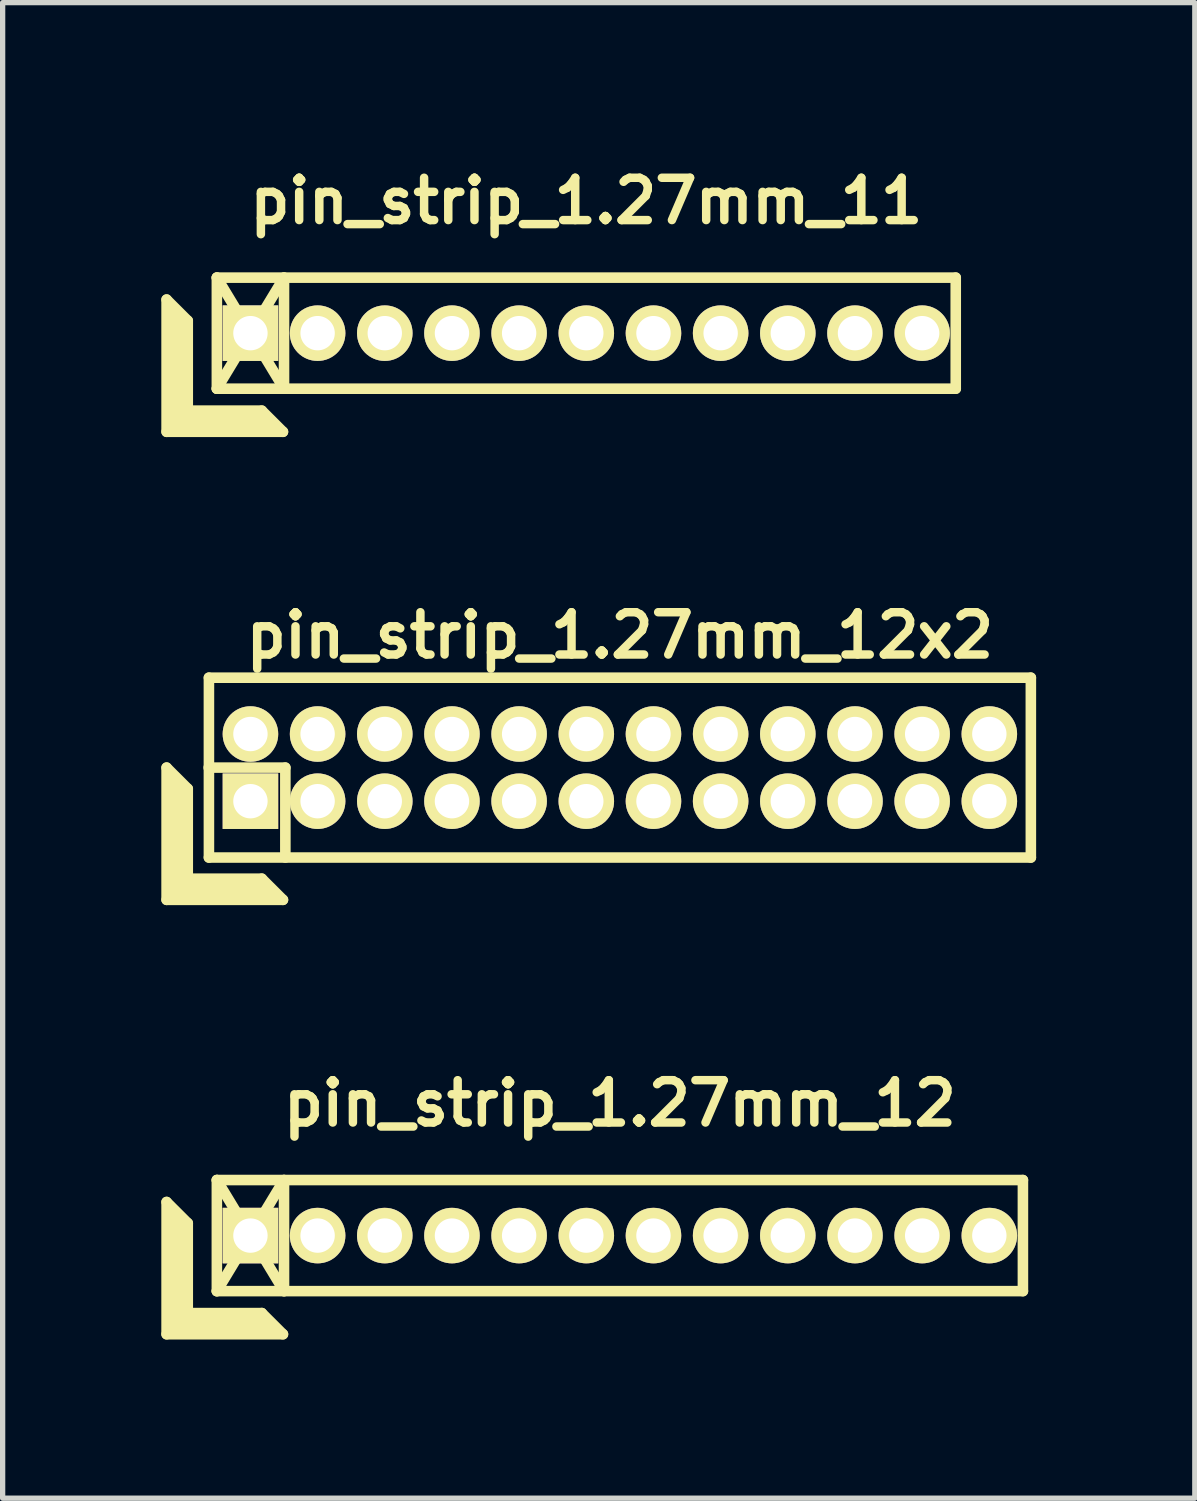
<source format=kicad_pcb>
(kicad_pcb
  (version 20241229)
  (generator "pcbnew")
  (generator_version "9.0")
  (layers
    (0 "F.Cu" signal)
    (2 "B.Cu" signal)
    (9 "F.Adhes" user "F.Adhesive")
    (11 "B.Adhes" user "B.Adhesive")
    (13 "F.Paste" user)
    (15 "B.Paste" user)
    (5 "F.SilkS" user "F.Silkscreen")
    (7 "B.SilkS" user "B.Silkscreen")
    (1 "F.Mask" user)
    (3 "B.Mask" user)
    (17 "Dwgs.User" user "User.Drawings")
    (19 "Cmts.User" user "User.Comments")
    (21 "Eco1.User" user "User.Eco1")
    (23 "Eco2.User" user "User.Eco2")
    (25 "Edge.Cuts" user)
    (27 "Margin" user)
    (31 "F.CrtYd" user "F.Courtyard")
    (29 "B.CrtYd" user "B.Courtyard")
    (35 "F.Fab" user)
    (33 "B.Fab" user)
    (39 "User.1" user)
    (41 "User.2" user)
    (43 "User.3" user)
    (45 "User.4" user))
  (footprint "pin_strip_1.27mm_12"
    (layer "F.Cu")
    (at 8.67 20.311)
    (property "Reference" "pin_strip_1.27mm_12" (at 0 -2.5 0) (layer "F.SilkS") (effects (font (size 0.8 0.8) (thickness 0.16))))
    (attr through_hole)
    (fp_line (start -8.57 -0.635) (end -8.57 1.865) (stroke (width 0.2) (type solid)) (layer "F.SilkS"))
    (fp_line (start -8.57 -0.635) (end -8.17 -0.235) (stroke (width 0.2) (type solid)) (layer "F.SilkS"))
    (fp_line (start -8.57 1.865) (end -6.37 1.865) (stroke (width 0.2) (type solid)) (layer "F.SilkS"))
    (fp_line (start -8.47 1.765) (end -8.47 -0.435) (stroke (width 0.2) (type solid)) (layer "F.SilkS"))
    (fp_line (start -8.47 1.765) (end -6.57 1.765) (stroke (width 0.2) (type solid)) (layer "F.SilkS"))
    (fp_line (start -8.37 1.665) (end -8.37 -0.335) (stroke (width 0.2) (type solid)) (layer "F.SilkS"))
    (fp_line (start -8.37 1.665) (end -6.67 1.665) (stroke (width 0.2) (type solid)) (layer "F.SilkS"))
    (fp_line (start -8.27 1.565) (end -8.27 -0.235) (stroke (width 0.2) (type solid)) (layer "F.SilkS"))
    (fp_line (start -8.27 1.565) (end -6.77 1.565) (stroke (width 0.2) (type solid)) (layer "F.SilkS"))
    (fp_line (start -8.17 1.465) (end -8.17 -0.235) (stroke (width 0.2) (type solid)) (layer "F.SilkS"))
    (fp_line (start -8.17 1.465) (end -6.77 1.465) (stroke (width 0.2) (type solid)) (layer "F.SilkS"))
    (fp_line (start -7.62 -1.05) (end -6.35 1.05) (stroke (width 0.2) (type solid)) (layer "F.SilkS"))
    (fp_line (start -7.62 -1.05) (end 7.62 -1.05) (stroke (width 0.2) (type solid)) (layer "F.SilkS"))
    (fp_line (start -7.62 1.05) (end -7.62 -1.05) (stroke (width 0.2) (type solid)) (layer "F.SilkS"))
    (fp_line (start -7.62 1.05) (end -6.35 -1.05) (stroke (width 0.2) (type solid)) (layer "F.SilkS"))
    (fp_line (start -6.77 1.465) (end -6.37 1.865) (stroke (width 0.2) (type solid)) (layer "F.SilkS"))
    (fp_line (start -6.35 -1.05) (end -6.35 1.05) (stroke (width 0.2) (type solid)) (layer "F.SilkS"))
    (fp_line (start 7.62 -1.05) (end 7.62 1.05) (stroke (width 0.2) (type solid)) (layer "F.SilkS"))
    (fp_line (start 7.62 1.05) (end -7.62 1.05) (stroke (width 0.2) (type solid)) (layer "F.SilkS"))
    (pad "1" thru_hole rect (at -6.985 0) (size 1.05 1.05) (drill 0.65) (layers "*.Cu" "*.Mask" "F.SilkS"))
    (pad "2" thru_hole oval (at -5.715 0) (size 1.05 1.05) (drill 0.65) (layers "*.Cu" "*.Mask" "F.SilkS"))
    (pad "3" thru_hole oval (at -4.445 0) (size 1.05 1.05) (drill 0.65) (layers "*.Cu" "*.Mask" "F.SilkS"))
    (pad "4" thru_hole oval (at -3.175 0) (size 1.05 1.05) (drill 0.65) (layers "*.Cu" "*.Mask" "F.SilkS"))
    (pad "5" thru_hole oval (at -1.905 0) (size 1.05 1.05) (drill 0.65) (layers "*.Cu" "*.Mask" "F.SilkS"))
    (pad "6" thru_hole oval (at -0.635 0) (size 1.05 1.05) (drill 0.65) (layers "*.Cu" "*.Mask" "F.SilkS"))
    (pad "7" thru_hole oval (at 0.635 0) (size 1.05 1.05) (drill 0.65) (layers "*.Cu" "*.Mask" "F.SilkS"))
    (pad "8" thru_hole oval (at 1.905 0) (size 1.05 1.05) (drill 0.65) (layers "*.Cu" "*.Mask" "F.SilkS"))
    (pad "9" thru_hole oval (at 3.175 0) (size 1.05 1.05) (drill 0.65) (layers "*.Cu" "*.Mask" "F.SilkS"))
    (pad "10" thru_hole oval (at 4.445 0) (size 1.05 1.05) (drill 0.65) (layers "*.Cu" "*.Mask" "F.SilkS"))
    (pad "11" thru_hole oval (at 5.715 0) (size 1.05 1.05) (drill 0.65) (layers "*.Cu" "*.Mask" "F.SilkS"))
    (pad "12" thru_hole oval (at 6.985 0) (size 1.05 1.05) (drill 0.65) (layers "*.Cu" "*.Mask" "F.SilkS")))
  (footprint "pin_strip_1.27mm_11"
    (layer "F.Cu")
    (at 8.035 3.249)
    (property "Reference" "pin_strip_1.27mm_11" (at 0 -2.5 0) (layer "F.SilkS") (effects (font (size 0.8 0.8) (thickness 0.16))))
    (attr through_hole)
    (fp_line (start -7.935 -0.635) (end -7.935 1.865) (stroke (width 0.2) (type solid)) (layer "F.SilkS"))
    (fp_line (start -7.935 -0.635) (end -7.535 -0.235) (stroke (width 0.2) (type solid)) (layer "F.SilkS"))
    (fp_line (start -7.935 1.865) (end -5.735 1.865) (stroke (width 0.2) (type solid)) (layer "F.SilkS"))
    (fp_line (start -7.835 1.765) (end -7.835 -0.435) (stroke (width 0.2) (type solid)) (layer "F.SilkS"))
    (fp_line (start -7.835 1.765) (end -5.935 1.765) (stroke (width 0.2) (type solid)) (layer "F.SilkS"))
    (fp_line (start -7.735 1.665) (end -7.735 -0.335) (stroke (width 0.2) (type solid)) (layer "F.SilkS"))
    (fp_line (start -7.735 1.665) (end -6.035 1.665) (stroke (width 0.2) (type solid)) (layer "F.SilkS"))
    (fp_line (start -7.635 1.565) (end -7.635 -0.235) (stroke (width 0.2) (type solid)) (layer "F.SilkS"))
    (fp_line (start -7.635 1.565) (end -6.135 1.565) (stroke (width 0.2) (type solid)) (layer "F.SilkS"))
    (fp_line (start -7.535 1.465) (end -7.535 -0.235) (stroke (width 0.2) (type solid)) (layer "F.SilkS"))
    (fp_line (start -7.535 1.465) (end -6.135 1.465) (stroke (width 0.2) (type solid)) (layer "F.SilkS"))
    (fp_line (start -6.985 -1.05) (end -5.715 1.05) (stroke (width 0.2) (type solid)) (layer "F.SilkS"))
    (fp_line (start -6.985 -1.05) (end 6.985 -1.05) (stroke (width 0.2) (type solid)) (layer "F.SilkS"))
    (fp_line (start -6.985 1.05) (end -6.985 -1.05) (stroke (width 0.2) (type solid)) (layer "F.SilkS"))
    (fp_line (start -6.985 1.05) (end -5.715 -1.05) (stroke (width 0.2) (type solid)) (layer "F.SilkS"))
    (fp_line (start -6.135 1.465) (end -5.735 1.865) (stroke (width 0.2) (type solid)) (layer "F.SilkS"))
    (fp_line (start -5.715 -1.05) (end -5.715 1.05) (stroke (width 0.2) (type solid)) (layer "F.SilkS"))
    (fp_line (start 6.985 -1.05) (end 6.985 1.05) (stroke (width 0.2) (type solid)) (layer "F.SilkS"))
    (fp_line (start 6.985 1.05) (end -6.985 1.05) (stroke (width 0.2) (type solid)) (layer "F.SilkS"))
    (pad "1" thru_hole rect (at -6.35 0) (size 1.05 1.05) (drill 0.65) (layers "*.Cu" "*.Mask" "F.SilkS"))
    (pad "2" thru_hole oval (at -5.08 0) (size 1.05 1.05) (drill 0.65) (layers "*.Cu" "*.Mask" "F.SilkS"))
    (pad "3" thru_hole oval (at -3.81 0) (size 1.05 1.05) (drill 0.65) (layers "*.Cu" "*.Mask" "F.SilkS"))
    (pad "4" thru_hole oval (at -2.54 0) (size 1.05 1.05) (drill 0.65) (layers "*.Cu" "*.Mask" "F.SilkS"))
    (pad "5" thru_hole oval (at -1.27 0) (size 1.05 1.05) (drill 0.65) (layers "*.Cu" "*.Mask" "F.SilkS"))
    (pad "6" thru_hole oval (at 0 0) (size 1.05 1.05) (drill 0.65) (layers "*.Cu" "*.Mask" "F.SilkS"))
    (pad "7" thru_hole oval (at 1.27 0) (size 1.05 1.05) (drill 0.65) (layers "*.Cu" "*.Mask" "F.SilkS"))
    (pad "8" thru_hole oval (at 2.54 0) (size 1.05 1.05) (drill 0.65) (layers "*.Cu" "*.Mask" "F.SilkS"))
    (pad "9" thru_hole oval (at 3.81 0) (size 1.05 1.05) (drill 0.65) (layers "*.Cu" "*.Mask" "F.SilkS"))
    (pad "10" thru_hole oval (at 5.08 0) (size 1.05 1.05) (drill 0.65) (layers "*.Cu" "*.Mask" "F.SilkS"))
    (pad "11" thru_hole oval (at 6.35 0) (size 1.05 1.05) (drill 0.65) (layers "*.Cu" "*.Mask" "F.SilkS")))
  (footprint "pin_strip_1.27mm_12x2"
    (layer "F.Cu")
    (at 8.67 11.463)
    (property "Reference" "pin_strip_1.27mm_12x2" (at 0 -2.5 0) (layer "F.SilkS") (effects (font (size 0.8 0.8) (thickness 0.16))))
    (attr through_hole)
    (fp_line (start -8.57 0) (end -8.57 2.5) (stroke (width 0.2) (type solid)) (layer "F.SilkS"))
    (fp_line (start -8.57 0) (end -8.17 0.4) (stroke (width 0.2) (type solid)) (layer "F.SilkS"))
    (fp_line (start -8.57 2.5) (end -6.37 2.5) (stroke (width 0.2) (type solid)) (layer "F.SilkS"))
    (fp_line (start -8.47 2.4) (end -8.47 0.2) (stroke (width 0.2) (type solid)) (layer "F.SilkS"))
    (fp_line (start -8.47 2.4) (end -6.57 2.4) (stroke (width 0.2) (type solid)) (layer "F.SilkS"))
    (fp_line (start -8.37 2.3) (end -8.37 0.3) (stroke (width 0.2) (type solid)) (layer "F.SilkS"))
    (fp_line (start -8.37 2.3) (end -6.67 2.3) (stroke (width 0.2) (type solid)) (layer "F.SilkS"))
    (fp_line (start -8.27 2.2) (end -8.27 0.4) (stroke (width 0.2) (type solid)) (layer "F.SilkS"))
    (fp_line (start -8.27 2.2) (end -6.77 2.2) (stroke (width 0.2) (type solid)) (layer "F.SilkS"))
    (fp_line (start -8.17 2.1) (end -8.17 0.4) (stroke (width 0.2) (type solid)) (layer "F.SilkS"))
    (fp_line (start -8.17 2.1) (end -6.77 2.1) (stroke (width 0.2) (type solid)) (layer "F.SilkS"))
    (fp_line (start -7.775 0) (end -6.325 0) (stroke (width 0.2) (type solid)) (layer "F.SilkS"))
    (fp_line (start -7.77 -1.7) (end 7.77 -1.7) (stroke (width 0.2) (type solid)) (layer "F.SilkS"))
    (fp_line (start -7.77 1.7) (end -7.77 -1.7) (stroke (width 0.2) (type solid)) (layer "F.SilkS"))
    (fp_line (start -6.77 2.1) (end -6.37 2.5) (stroke (width 0.2) (type solid)) (layer "F.SilkS"))
    (fp_line (start -6.325 0) (end -6.325 1.7) (stroke (width 0.2) (type solid)) (layer "F.SilkS"))
    (fp_line (start 7.77 -1.7) (end 7.77 1.7) (stroke (width 0.2) (type solid)) (layer "F.SilkS"))
    (fp_line (start 7.77 1.7) (end -7.77 1.7) (stroke (width 0.2) (type solid)) (layer "F.SilkS"))
    (pad "1" thru_hole rect (at -6.985 0.635) (size 1.05 1.05) (drill 0.65) (layers "*.Cu" "*.Mask" "F.SilkS"))
    (pad "2" thru_hole oval (at -6.985 -0.635) (size 1.05 1.05) (drill 0.65) (layers "*.Cu" "*.Mask" "F.SilkS"))
    (pad "3" thru_hole oval (at -5.715 0.635) (size 1.05 1.05) (drill 0.65) (layers "*.Cu" "*.Mask" "F.SilkS"))
    (pad "4" thru_hole oval (at -5.715 -0.635) (size 1.05 1.05) (drill 0.65) (layers "*.Cu" "*.Mask" "F.SilkS"))
    (pad "5" thru_hole oval (at -4.445 0.635) (size 1.05 1.05) (drill 0.65) (layers "*.Cu" "*.Mask" "F.SilkS"))
    (pad "6" thru_hole oval (at -4.445 -0.635) (size 1.05 1.05) (drill 0.65) (layers "*.Cu" "*.Mask" "F.SilkS"))
    (pad "7" thru_hole oval (at -3.175 0.635) (size 1.05 1.05) (drill 0.65) (layers "*.Cu" "*.Mask" "F.SilkS"))
    (pad "8" thru_hole oval (at -3.175 -0.635) (size 1.05 1.05) (drill 0.65) (layers "*.Cu" "*.Mask" "F.SilkS"))
    (pad "9" thru_hole oval (at -1.905 0.635) (size 1.05 1.05) (drill 0.65) (layers "*.Cu" "*.Mask" "F.SilkS"))
    (pad "10" thru_hole oval (at -1.905 -0.635) (size 1.05 1.05) (drill 0.65) (layers "*.Cu" "*.Mask" "F.SilkS"))
    (pad "11" thru_hole oval (at -0.635 0.635) (size 1.05 1.05) (drill 0.65) (layers "*.Cu" "*.Mask" "F.SilkS"))
    (pad "12" thru_hole oval (at -0.635 -0.635) (size 1.05 1.05) (drill 0.65) (layers "*.Cu" "*.Mask" "F.SilkS"))
    (pad "13" thru_hole oval (at 0.635 0.635) (size 1.05 1.05) (drill 0.65) (layers "*.Cu" "*.Mask" "F.SilkS"))
    (pad "14" thru_hole oval (at 0.635 -0.635) (size 1.05 1.05) (drill 0.65) (layers "*.Cu" "*.Mask" "F.SilkS"))
    (pad "15" thru_hole oval (at 1.905 0.635) (size 1.05 1.05) (drill 0.65) (layers "*.Cu" "*.Mask" "F.SilkS"))
    (pad "16" thru_hole oval (at 1.905 -0.635) (size 1.05 1.05) (drill 0.65) (layers "*.Cu" "*.Mask" "F.SilkS"))
    (pad "17" thru_hole oval (at 3.175 0.635) (size 1.05 1.05) (drill 0.65) (layers "*.Cu" "*.Mask" "F.SilkS"))
    (pad "18" thru_hole oval (at 3.175 -0.635) (size 1.05 1.05) (drill 0.65) (layers "*.Cu" "*.Mask" "F.SilkS"))
    (pad "19" thru_hole oval (at 4.445 0.635) (size 1.05 1.05) (drill 0.65) (layers "*.Cu" "*.Mask" "F.SilkS"))
    (pad "20" thru_hole oval (at 4.445 -0.635) (size 1.05 1.05) (drill 0.65) (layers "*.Cu" "*.Mask" "F.SilkS"))
    (pad "21" thru_hole oval (at 5.715 0.635) (size 1.05 1.05) (drill 0.65) (layers "*.Cu" "*.Mask" "F.SilkS"))
    (pad "22" thru_hole oval (at 5.715 -0.635) (size 1.05 1.05) (drill 0.65) (layers "*.Cu" "*.Mask" "F.SilkS"))
    (pad "23" thru_hole oval (at 6.985 0.635) (size 1.05 1.05) (drill 0.65) (layers "*.Cu" "*.Mask" "F.SilkS"))
    (pad "24" thru_hole oval (at 6.985 -0.635) (size 1.05 1.05) (drill 0.65) (layers "*.Cu" "*.Mask" "F.SilkS")))
  (gr_rect
    (start -3 -3)
    (end 19.54 25.276)
    (stroke (width 0.1) (type default))
    (fill no)
    (layer "Edge.Cuts")))
</source>
